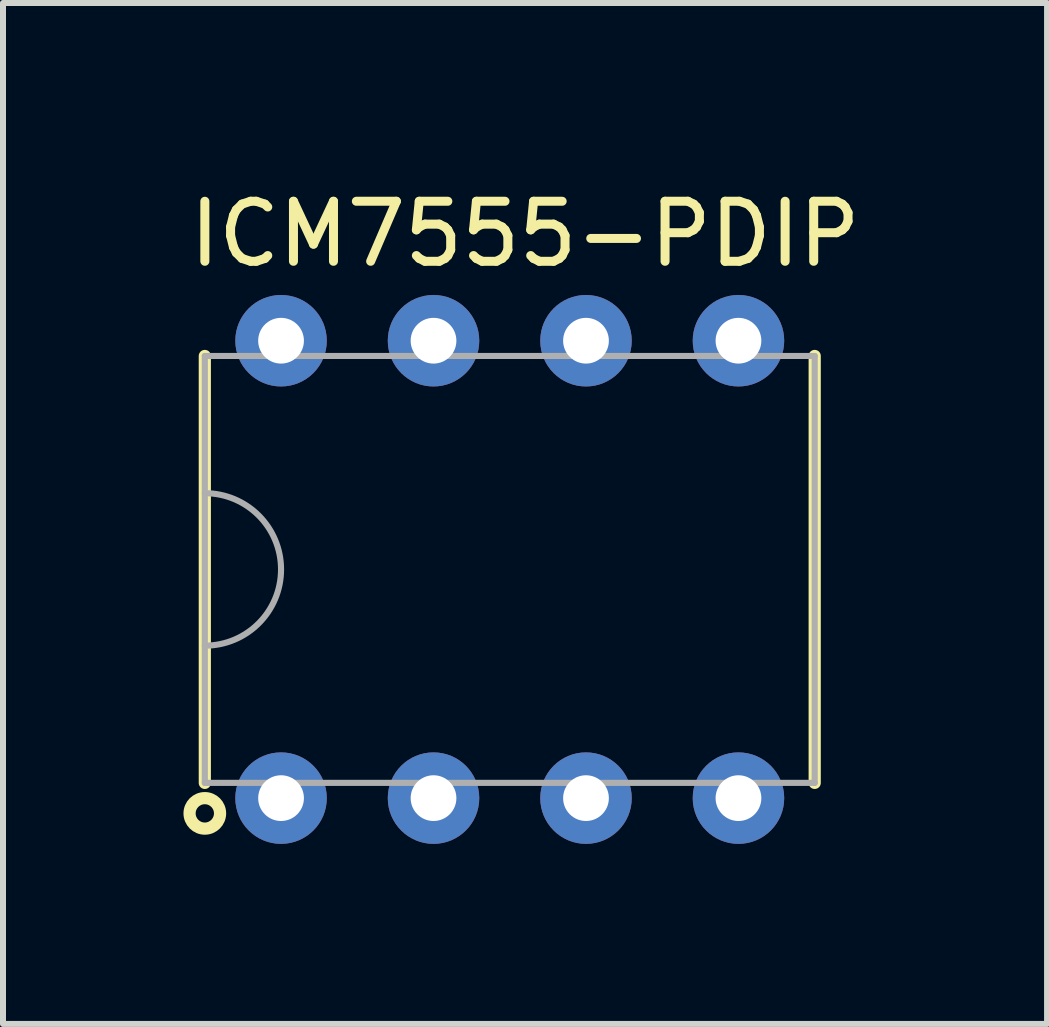
<source format=kicad_pcb>
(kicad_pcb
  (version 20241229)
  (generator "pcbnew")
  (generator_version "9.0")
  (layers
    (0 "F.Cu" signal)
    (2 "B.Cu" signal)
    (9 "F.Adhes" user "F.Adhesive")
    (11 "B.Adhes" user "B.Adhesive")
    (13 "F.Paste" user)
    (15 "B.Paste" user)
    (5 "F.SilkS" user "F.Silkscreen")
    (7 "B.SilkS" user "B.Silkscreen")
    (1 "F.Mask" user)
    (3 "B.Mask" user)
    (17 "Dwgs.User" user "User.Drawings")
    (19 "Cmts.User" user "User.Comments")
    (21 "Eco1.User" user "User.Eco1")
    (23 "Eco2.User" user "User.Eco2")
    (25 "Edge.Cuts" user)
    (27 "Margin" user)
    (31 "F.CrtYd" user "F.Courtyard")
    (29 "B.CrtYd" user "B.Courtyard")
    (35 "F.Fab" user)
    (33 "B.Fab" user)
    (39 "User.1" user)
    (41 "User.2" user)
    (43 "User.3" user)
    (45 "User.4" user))
  (footprint "ICM7555-PDIP"
    (layer "F.Cu")
    (at 5.442 6.436)
    (property "Reference" "ICM7555-PDIP" (at 0.254 -5.588 0) (layer "F.SilkS") (effects (font (size 1 1) (thickness 0.15))))
    (attr through_hole)
    (fp_line (start -5.08 3.556) (end -5.08 -3.556) (stroke (width 0.203) (type solid)) (layer "F.SilkS"))
    (fp_line (start 5.08 3.556) (end 5.08 -3.556) (stroke (width 0.203) (type solid)) (layer "F.SilkS"))
    (fp_circle (center -5.08 4.064) (end -4.826 4.064) (stroke (width 0.203) (type solid)) (fill no) (layer "F.SilkS"))
    (fp_line (start -5.08 3.556) (end -5.08 -3.556) (stroke (width 0.102) (type solid)) (layer "F.Fab"))
    (fp_line (start 5.08 -3.556) (end -5.08 -3.556) (stroke (width 0.102) (type solid)) (layer "F.Fab"))
    (fp_line (start 5.08 3.556) (end -5.08 3.556) (stroke (width 0.102) (type solid)) (layer "F.Fab"))
    (fp_line (start 5.08 3.556) (end 5.08 -3.556) (stroke (width 0.102) (type solid)) (layer "F.Fab"))
    (fp_arc (start -5.08 -1.27) (mid -3.81 0) (end -5.08 1.27) (stroke (width 0.1016) (type solid)) (layer "F.Fab"))
    (pad "1" thru_hole circle (at -3.81 3.81) (size 1.524 1.524) (drill 0.762) (layers "*.Cu" "*.Mask"))
    (pad "2" thru_hole circle (at -1.27 3.81) (size 1.524 1.524) (drill 0.762) (layers "*.Cu" "*.Mask"))
    (pad "3" thru_hole circle (at 1.27 3.81) (size 1.524 1.524) (drill 0.762) (layers "*.Cu" "*.Mask"))
    (pad "4" thru_hole circle (at 3.81 3.81) (size 1.524 1.524) (drill 0.762) (layers "*.Cu" "*.Mask"))
    (pad "5" thru_hole circle (at 3.81 -3.81) (size 1.524 1.524) (drill 0.762) (layers "*.Cu" "*.Mask"))
    (pad "6" thru_hole circle (at 1.27 -3.81) (size 1.524 1.524) (drill 0.762) (layers "*.Cu" "*.Mask"))
    (pad "7" thru_hole circle (at -1.27 -3.81) (size 1.524 1.524) (drill 0.762) (layers "*.Cu" "*.Mask"))
    (pad "8" thru_hole circle (at -3.81 -3.81) (size 1.524 1.524) (drill 0.762) (layers "*.Cu" "*.Mask")))
  (gr_rect
    (start -3 -3)
    (end 14.393 14.008)
    (stroke (width 0.1) (type default))
    (fill no)
    (layer "Edge.Cuts")))
</source>
